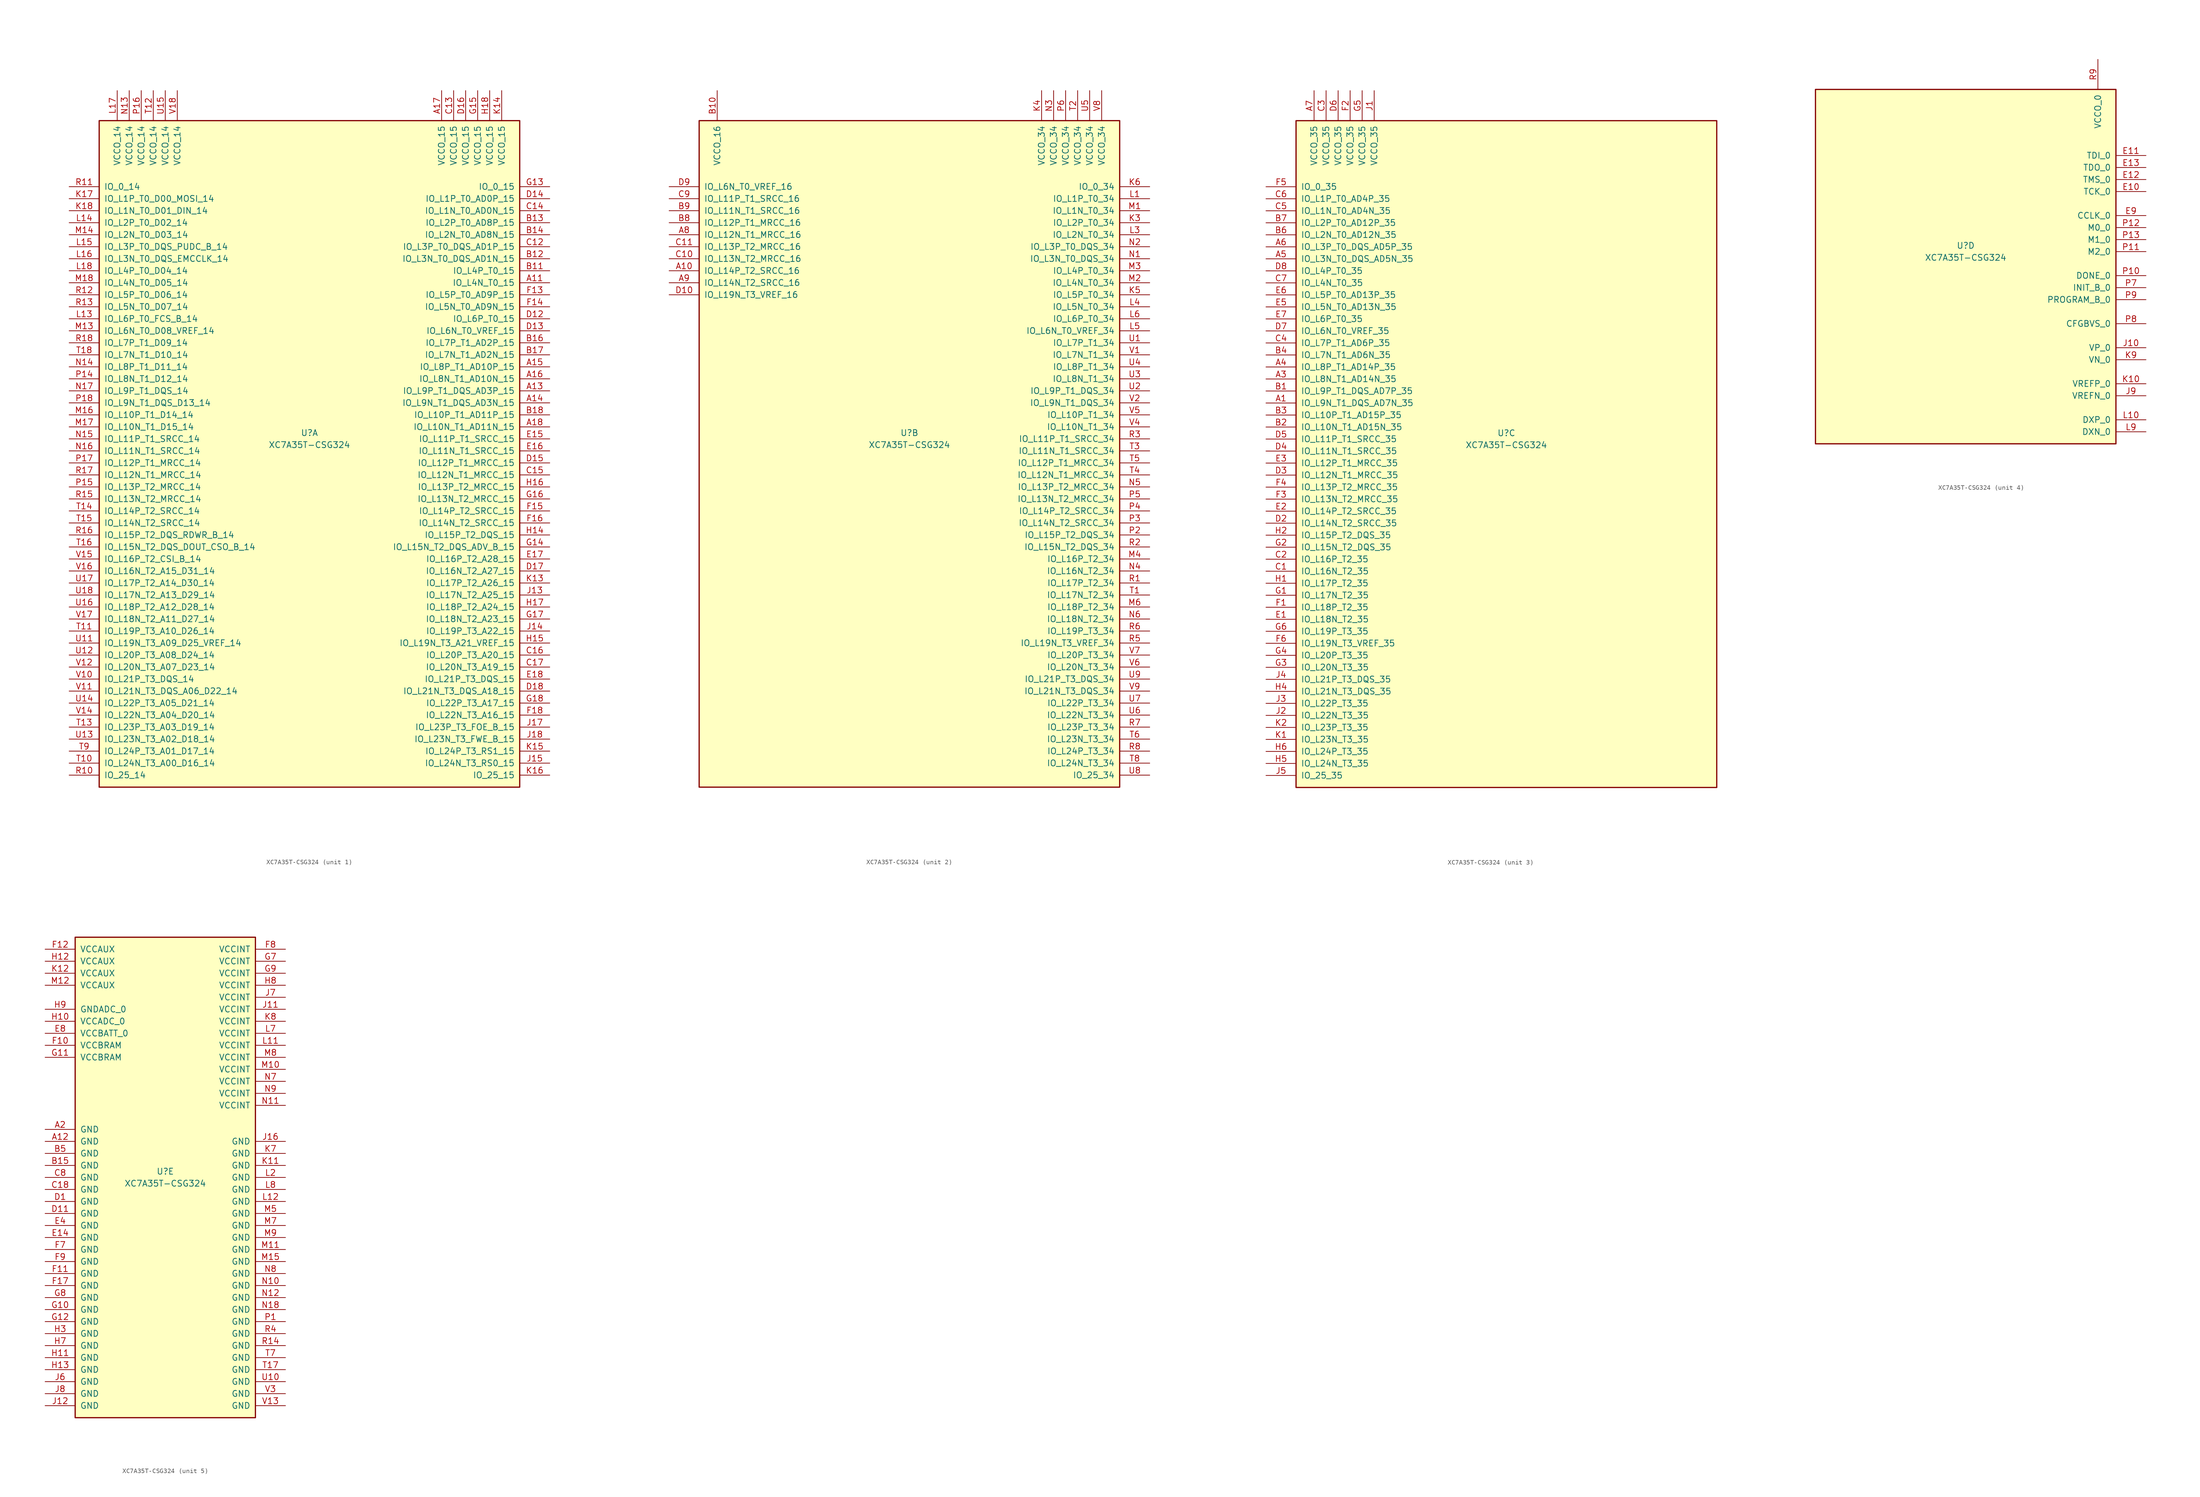
<source format=kicad_sym>
(kicad_symbol_lib
  (version 20201005)
  (generator kicad_symbol_editor)
  (symbol "FPGA_Xilinx_Artix7:XC7A35T-CSG324"
    (pin_names
      (offset 1.016))
    (property "Reference" "U"
      (at 0 1.27 0)
      (effects (font (size 1.27 1.27))))
    (property "Value" "XC7A35T-CSG324"
      (at 0 -1.27 0)
      (effects (font (size 1.27 1.27))))
    (property "Datasheet" ""
      (at 0 0 0)
      (effects (font (size 1.27 1.27))))
    (property "ki_locked" ""
      (at 0 0 0)
      (effects (font (size 1.27 1.27))))
    (symbol "XC7A35T-CSG324_1_1"
      (rectangle (start -44.45 67.31) (end 44.45 -73.66) (stroke (width 0.254)) (fill (type background)))
      (pin power_in line (at -40.64 73.66 270) (length 6.35) (name "VCCO_14" (effects (font (size 1.27 1.27)))) (number "L17" (effects (font (size 1.27 1.27)))))
      (pin power_in line (at -38.1 73.66 270) (length 6.35) (name "VCCO_14" (effects (font (size 1.27 1.27)))) (number "N13" (effects (font (size 1.27 1.27)))))
      (pin power_in line (at -35.56 73.66 270) (length 6.35) (name "VCCO_14" (effects (font (size 1.27 1.27)))) (number "P16" (effects (font (size 1.27 1.27)))))
      (pin power_in line (at -33.02 73.66 270) (length 6.35) (name "VCCO_14" (effects (font (size 1.27 1.27)))) (number "T12" (effects (font (size 1.27 1.27)))))
      (pin power_in line (at -30.48 73.66 270) (length 6.35) (name "VCCO_14" (effects (font (size 1.27 1.27)))) (number "U15" (effects (font (size 1.27 1.27)))))
      (pin power_in line (at -27.94 73.66 270) (length 6.35) (name "VCCO_14" (effects (font (size 1.27 1.27)))) (number "V18" (effects (font (size 1.27 1.27)))))
      (pin bidirectional line (at -50.8 53.34 0) (length 6.35) (name "IO_0_14" (effects (font (size 1.27 1.27)))) (number "R11" (effects (font (size 1.27 1.27)))))
      (pin bidirectional line (at -50.8 50.8 0) (length 6.35) (name "IO_L1P_T0_D00_MOSI_14" (effects (font (size 1.27 1.27)))) (number "K17" (effects (font (size 1.27 1.27)))))
      (pin bidirectional line (at -50.8 48.26 0) (length 6.35) (name "IO_L1N_T0_D01_DIN_14" (effects (font (size 1.27 1.27)))) (number "K18" (effects (font (size 1.27 1.27)))))
      (pin bidirectional line (at -50.8 45.72 0) (length 6.35) (name "IO_L2P_T0_D02_14" (effects (font (size 1.27 1.27)))) (number "L14" (effects (font (size 1.27 1.27)))))
      (pin bidirectional line (at -50.8 43.18 0) (length 6.35) (name "IO_L2N_T0_D03_14" (effects (font (size 1.27 1.27)))) (number "M14" (effects (font (size 1.27 1.27)))))
      (pin bidirectional line (at -50.8 40.64 0) (length 6.35) (name "IO_L3P_T0_DQS_PUDC_B_14" (effects (font (size 1.27 1.27)))) (number "L15" (effects (font (size 1.27 1.27)))))
      (pin bidirectional line (at -50.8 38.1 0) (length 6.35) (name "IO_L3N_T0_DQS_EMCCLK_14" (effects (font (size 1.27 1.27)))) (number "L16" (effects (font (size 1.27 1.27)))))
      (pin bidirectional line (at -50.8 35.56 0) (length 6.35) (name "IO_L4P_T0_D04_14" (effects (font (size 1.27 1.27)))) (number "L18" (effects (font (size 1.27 1.27)))))
      (pin bidirectional line (at -50.8 33.02 0) (length 6.35) (name "IO_L4N_T0_D05_14" (effects (font (size 1.27 1.27)))) (number "M18" (effects (font (size 1.27 1.27)))))
      (pin bidirectional line (at -50.8 30.48 0) (length 6.35) (name "IO_L5P_T0_D06_14" (effects (font (size 1.27 1.27)))) (number "R12" (effects (font (size 1.27 1.27)))))
      (pin bidirectional line (at -50.8 27.94 0) (length 6.35) (name "IO_L5N_T0_D07_14" (effects (font (size 1.27 1.27)))) (number "R13" (effects (font (size 1.27 1.27)))))
      (pin bidirectional line (at -50.8 25.4 0) (length 6.35) (name "IO_L6P_T0_FCS_B_14" (effects (font (size 1.27 1.27)))) (number "L13" (effects (font (size 1.27 1.27)))))
      (pin bidirectional line (at -50.8 22.86 0) (length 6.35) (name "IO_L6N_T0_D08_VREF_14" (effects (font (size 1.27 1.27)))) (number "M13" (effects (font (size 1.27 1.27)))))
      (pin bidirectional line (at -50.8 20.32 0) (length 6.35) (name "IO_L7P_T1_D09_14" (effects (font (size 1.27 1.27)))) (number "R18" (effects (font (size 1.27 1.27)))))
      (pin bidirectional line (at -50.8 17.78 0) (length 6.35) (name "IO_L7N_T1_D10_14" (effects (font (size 1.27 1.27)))) (number "T18" (effects (font (size 1.27 1.27)))))
      (pin bidirectional line (at -50.8 15.24 0) (length 6.35) (name "IO_L8P_T1_D11_14" (effects (font (size 1.27 1.27)))) (number "N14" (effects (font (size 1.27 1.27)))))
      (pin bidirectional line (at -50.8 12.7 0) (length 6.35) (name "IO_L8N_T1_D12_14" (effects (font (size 1.27 1.27)))) (number "P14" (effects (font (size 1.27 1.27)))))
      (pin bidirectional line (at -50.8 10.16 0) (length 6.35) (name "IO_L9P_T1_DQS_14" (effects (font (size 1.27 1.27)))) (number "N17" (effects (font (size 1.27 1.27)))))
      (pin bidirectional line (at -50.8 7.62 0) (length 6.35) (name "IO_L9N_T1_DQS_D13_14" (effects (font (size 1.27 1.27)))) (number "P18" (effects (font (size 1.27 1.27)))))
      (pin bidirectional line (at -50.8 5.08 0) (length 6.35) (name "IO_L10P_T1_D14_14" (effects (font (size 1.27 1.27)))) (number "M16" (effects (font (size 1.27 1.27)))))
      (pin bidirectional line (at -50.8 2.54 0) (length 6.35) (name "IO_L10N_T1_D15_14" (effects (font (size 1.27 1.27)))) (number "M17" (effects (font (size 1.27 1.27)))))
      (pin bidirectional line (at -50.8 0 0) (length 6.35) (name "IO_L11P_T1_SRCC_14" (effects (font (size 1.27 1.27)))) (number "N15" (effects (font (size 1.27 1.27)))))
      (pin bidirectional line (at -50.8 -2.54 0) (length 6.35) (name "IO_L11N_T1_SRCC_14" (effects (font (size 1.27 1.27)))) (number "N16" (effects (font (size 1.27 1.27)))))
      (pin bidirectional line (at -50.8 -5.08 0) (length 6.35) (name "IO_L12P_T1_MRCC_14" (effects (font (size 1.27 1.27)))) (number "P17" (effects (font (size 1.27 1.27)))))
      (pin bidirectional line (at -50.8 -7.62 0) (length 6.35) (name "IO_L12N_T1_MRCC_14" (effects (font (size 1.27 1.27)))) (number "R17" (effects (font (size 1.27 1.27)))))
      (pin bidirectional line (at -50.8 -10.16 0) (length 6.35) (name "IO_L13P_T2_MRCC_14" (effects (font (size 1.27 1.27)))) (number "P15" (effects (font (size 1.27 1.27)))))
      (pin bidirectional line (at -50.8 -12.7 0) (length 6.35) (name "IO_L13N_T2_MRCC_14" (effects (font (size 1.27 1.27)))) (number "R15" (effects (font (size 1.27 1.27)))))
      (pin bidirectional line (at -50.8 -15.24 0) (length 6.35) (name "IO_L14P_T2_SRCC_14" (effects (font (size 1.27 1.27)))) (number "T14" (effects (font (size 1.27 1.27)))))
      (pin bidirectional line (at -50.8 -17.78 0) (length 6.35) (name "IO_L14N_T2_SRCC_14" (effects (font (size 1.27 1.27)))) (number "T15" (effects (font (size 1.27 1.27)))))
      (pin bidirectional line (at -50.8 -20.32 0) (length 6.35) (name "IO_L15P_T2_DQS_RDWR_B_14" (effects (font (size 1.27 1.27)))) (number "R16" (effects (font (size 1.27 1.27)))))
      (pin bidirectional line (at -50.8 -22.86 0) (length 6.35) (name "IO_L15N_T2_DQS_DOUT_CSO_B_14" (effects (font (size 1.27 1.27)))) (number "T16" (effects (font (size 1.27 1.27)))))
      (pin bidirectional line (at -50.8 -25.4 0) (length 6.35) (name "IO_L16P_T2_CSI_B_14" (effects (font (size 1.27 1.27)))) (number "V15" (effects (font (size 1.27 1.27)))))
      (pin bidirectional line (at -50.8 -27.94 0) (length 6.35) (name "IO_L16N_T2_A15_D31_14" (effects (font (size 1.27 1.27)))) (number "V16" (effects (font (size 1.27 1.27)))))
      (pin bidirectional line (at -50.8 -30.48 0) (length 6.35) (name "IO_L17P_T2_A14_D30_14" (effects (font (size 1.27 1.27)))) (number "U17" (effects (font (size 1.27 1.27)))))
      (pin bidirectional line (at -50.8 -33.02 0) (length 6.35) (name "IO_L17N_T2_A13_D29_14" (effects (font (size 1.27 1.27)))) (number "U18" (effects (font (size 1.27 1.27)))))
      (pin bidirectional line (at -50.8 -35.56 0) (length 6.35) (name "IO_L18P_T2_A12_D28_14" (effects (font (size 1.27 1.27)))) (number "U16" (effects (font (size 1.27 1.27)))))
      (pin bidirectional line (at -50.8 -38.1 0) (length 6.35) (name "IO_L18N_T2_A11_D27_14" (effects (font (size 1.27 1.27)))) (number "V17" (effects (font (size 1.27 1.27)))))
      (pin bidirectional line (at -50.8 -40.64 0) (length 6.35) (name "IO_L19P_T3_A10_D26_14" (effects (font (size 1.27 1.27)))) (number "T11" (effects (font (size 1.27 1.27)))))
      (pin bidirectional line (at -50.8 -43.18 0) (length 6.35) (name "IO_L19N_T3_A09_D25_VREF_14" (effects (font (size 1.27 1.27)))) (number "U11" (effects (font (size 1.27 1.27)))))
      (pin bidirectional line (at -50.8 -45.72 0) (length 6.35) (name "IO_L20P_T3_A08_D24_14" (effects (font (size 1.27 1.27)))) (number "U12" (effects (font (size 1.27 1.27)))))
      (pin bidirectional line (at -50.8 -48.26 0) (length 6.35) (name "IO_L20N_T3_A07_D23_14" (effects (font (size 1.27 1.27)))) (number "V12" (effects (font (size 1.27 1.27)))))
      (pin bidirectional line (at -50.8 -50.8 0) (length 6.35) (name "IO_L21P_T3_DQS_14" (effects (font (size 1.27 1.27)))) (number "V10" (effects (font (size 1.27 1.27)))))
      (pin bidirectional line (at -50.8 -53.34 0) (length 6.35) (name "IO_L21N_T3_DQS_A06_D22_14" (effects (font (size 1.27 1.27)))) (number "V11" (effects (font (size 1.27 1.27)))))
      (pin bidirectional line (at -50.8 -55.88 0) (length 6.35) (name "IO_L22P_T3_A05_D21_14" (effects (font (size 1.27 1.27)))) (number "U14" (effects (font (size 1.27 1.27)))))
      (pin bidirectional line (at -50.8 -58.42 0) (length 6.35) (name "IO_L22N_T3_A04_D20_14" (effects (font (size 1.27 1.27)))) (number "V14" (effects (font (size 1.27 1.27)))))
      (pin bidirectional line (at -50.8 -60.96 0) (length 6.35) (name "IO_L23P_T3_A03_D19_14" (effects (font (size 1.27 1.27)))) (number "T13" (effects (font (size 1.27 1.27)))))
      (pin bidirectional line (at -50.8 -63.5 0) (length 6.35) (name "IO_L23N_T3_A02_D18_14" (effects (font (size 1.27 1.27)))) (number "U13" (effects (font (size 1.27 1.27)))))
      (pin bidirectional line (at -50.8 -66.04 0) (length 6.35) (name "IO_L24P_T3_A01_D17_14" (effects (font (size 1.27 1.27)))) (number "T9" (effects (font (size 1.27 1.27)))))
      (pin bidirectional line (at -50.8 -68.58 0) (length 6.35) (name "IO_L24N_T3_A00_D16_14" (effects (font (size 1.27 1.27)))) (number "T10" (effects (font (size 1.27 1.27)))))
      (pin bidirectional line (at -50.8 -71.12 0) (length 6.35) (name "IO_25_14" (effects (font (size 1.27 1.27)))) (number "R10" (effects (font (size 1.27 1.27)))))
      (pin power_in line (at 27.94 73.66 270) (length 6.35) (name "VCCO_15" (effects (font (size 1.27 1.27)))) (number "A17" (effects (font (size 1.27 1.27)))))
      (pin power_in line (at 30.48 73.66 270) (length 6.35) (name "VCCO_15" (effects (font (size 1.27 1.27)))) (number "C13" (effects (font (size 1.27 1.27)))))
      (pin power_in line (at 33.02 73.66 270) (length 6.35) (name "VCCO_15" (effects (font (size 1.27 1.27)))) (number "D16" (effects (font (size 1.27 1.27)))))
      (pin power_in line (at 35.56 73.66 270) (length 6.35) (name "VCCO_15" (effects (font (size 1.27 1.27)))) (number "G15" (effects (font (size 1.27 1.27)))))
      (pin power_in line (at 38.1 73.66 270) (length 6.35) (name "VCCO_15" (effects (font (size 1.27 1.27)))) (number "H18" (effects (font (size 1.27 1.27)))))
      (pin power_in line (at 40.64 73.66 270) (length 6.35) (name "VCCO_15" (effects (font (size 1.27 1.27)))) (number "K14" (effects (font (size 1.27 1.27)))))
      (pin bidirectional line (at 50.8 53.34 180) (length 6.35) (name "IO_0_15" (effects (font (size 1.27 1.27)))) (number "G13" (effects (font (size 1.27 1.27)))))
      (pin bidirectional line (at 50.8 50.8 180) (length 6.35) (name "IO_L1P_T0_AD0P_15" (effects (font (size 1.27 1.27)))) (number "D14" (effects (font (size 1.27 1.27)))))
      (pin bidirectional line (at 50.8 48.26 180) (length 6.35) (name "IO_L1N_T0_AD0N_15" (effects (font (size 1.27 1.27)))) (number "C14" (effects (font (size 1.27 1.27)))))
      (pin bidirectional line (at 50.8 45.72 180) (length 6.35) (name "IO_L2P_T0_AD8P_15" (effects (font (size 1.27 1.27)))) (number "B13" (effects (font (size 1.27 1.27)))))
      (pin bidirectional line (at 50.8 43.18 180) (length 6.35) (name "IO_L2N_T0_AD8N_15" (effects (font (size 1.27 1.27)))) (number "B14" (effects (font (size 1.27 1.27)))))
      (pin bidirectional line (at 50.8 40.64 180) (length 6.35) (name "IO_L3P_T0_DQS_AD1P_15" (effects (font (size 1.27 1.27)))) (number "C12" (effects (font (size 1.27 1.27)))))
      (pin bidirectional line (at 50.8 38.1 180) (length 6.35) (name "IO_L3N_T0_DQS_AD1N_15" (effects (font (size 1.27 1.27)))) (number "B12" (effects (font (size 1.27 1.27)))))
      (pin bidirectional line (at 50.8 35.56 180) (length 6.35) (name "IO_L4P_T0_15" (effects (font (size 1.27 1.27)))) (number "B11" (effects (font (size 1.27 1.27)))))
      (pin bidirectional line (at 50.8 33.02 180) (length 6.35) (name "IO_L4N_T0_15" (effects (font (size 1.27 1.27)))) (number "A11" (effects (font (size 1.27 1.27)))))
      (pin bidirectional line (at 50.8 30.48 180) (length 6.35) (name "IO_L5P_T0_AD9P_15" (effects (font (size 1.27 1.27)))) (number "F13" (effects (font (size 1.27 1.27)))))
      (pin bidirectional line (at 50.8 27.94 180) (length 6.35) (name "IO_L5N_T0_AD9N_15" (effects (font (size 1.27 1.27)))) (number "F14" (effects (font (size 1.27 1.27)))))
      (pin bidirectional line (at 50.8 25.4 180) (length 6.35) (name "IO_L6P_T0_15" (effects (font (size 1.27 1.27)))) (number "D12" (effects (font (size 1.27 1.27)))))
      (pin bidirectional line (at 50.8 22.86 180) (length 6.35) (name "IO_L6N_T0_VREF_15" (effects (font (size 1.27 1.27)))) (number "D13" (effects (font (size 1.27 1.27)))))
      (pin bidirectional line (at 50.8 20.32 180) (length 6.35) (name "IO_L7P_T1_AD2P_15" (effects (font (size 1.27 1.27)))) (number "B16" (effects (font (size 1.27 1.27)))))
      (pin bidirectional line (at 50.8 17.78 180) (length 6.35) (name "IO_L7N_T1_AD2N_15" (effects (font (size 1.27 1.27)))) (number "B17" (effects (font (size 1.27 1.27)))))
      (pin bidirectional line (at 50.8 15.24 180) (length 6.35) (name "IO_L8P_T1_AD10P_15" (effects (font (size 1.27 1.27)))) (number "A15" (effects (font (size 1.27 1.27)))))
      (pin bidirectional line (at 50.8 12.7 180) (length 6.35) (name "IO_L8N_T1_AD10N_15" (effects (font (size 1.27 1.27)))) (number "A16" (effects (font (size 1.27 1.27)))))
      (pin bidirectional line (at 50.8 10.16 180) (length 6.35) (name "IO_L9P_T1_DQS_AD3P_15" (effects (font (size 1.27 1.27)))) (number "A13" (effects (font (size 1.27 1.27)))))
      (pin bidirectional line (at 50.8 7.62 180) (length 6.35) (name "IO_L9N_T1_DQS_AD3N_15" (effects (font (size 1.27 1.27)))) (number "A14" (effects (font (size 1.27 1.27)))))
      (pin bidirectional line (at 50.8 5.08 180) (length 6.35) (name "IO_L10P_T1_AD11P_15" (effects (font (size 1.27 1.27)))) (number "B18" (effects (font (size 1.27 1.27)))))
      (pin bidirectional line (at 50.8 2.54 180) (length 6.35) (name "IO_L10N_T1_AD11N_15" (effects (font (size 1.27 1.27)))) (number "A18" (effects (font (size 1.27 1.27)))))
      (pin bidirectional line (at 50.8 0 180) (length 6.35) (name "IO_L11P_T1_SRCC_15" (effects (font (size 1.27 1.27)))) (number "E15" (effects (font (size 1.27 1.27)))))
      (pin bidirectional line (at 50.8 -2.54 180) (length 6.35) (name "IO_L11N_T1_SRCC_15" (effects (font (size 1.27 1.27)))) (number "E16" (effects (font (size 1.27 1.27)))))
      (pin bidirectional line (at 50.8 -5.08 180) (length 6.35) (name "IO_L12P_T1_MRCC_15" (effects (font (size 1.27 1.27)))) (number "D15" (effects (font (size 1.27 1.27)))))
      (pin bidirectional line (at 50.8 -7.62 180) (length 6.35) (name "IO_L12N_T1_MRCC_15" (effects (font (size 1.27 1.27)))) (number "C15" (effects (font (size 1.27 1.27)))))
      (pin bidirectional line (at 50.8 -10.16 180) (length 6.35) (name "IO_L13P_T2_MRCC_15" (effects (font (size 1.27 1.27)))) (number "H16" (effects (font (size 1.27 1.27)))))
      (pin bidirectional line (at 50.8 -12.7 180) (length 6.35) (name "IO_L13N_T2_MRCC_15" (effects (font (size 1.27 1.27)))) (number "G16" (effects (font (size 1.27 1.27)))))
      (pin bidirectional line (at 50.8 -15.24 180) (length 6.35) (name "IO_L14P_T2_SRCC_15" (effects (font (size 1.27 1.27)))) (number "F15" (effects (font (size 1.27 1.27)))))
      (pin bidirectional line (at 50.8 -17.78 180) (length 6.35) (name "IO_L14N_T2_SRCC_15" (effects (font (size 1.27 1.27)))) (number "F16" (effects (font (size 1.27 1.27)))))
      (pin bidirectional line (at 50.8 -20.32 180) (length 6.35) (name "IO_L15P_T2_DQS_15" (effects (font (size 1.27 1.27)))) (number "H14" (effects (font (size 1.27 1.27)))))
      (pin bidirectional line (at 50.8 -22.86 180) (length 6.35) (name "IO_L15N_T2_DQS_ADV_B_15" (effects (font (size 1.27 1.27)))) (number "G14" (effects (font (size 1.27 1.27)))))
      (pin bidirectional line (at 50.8 -25.4 180) (length 6.35) (name "IO_L16P_T2_A28_15" (effects (font (size 1.27 1.27)))) (number "E17" (effects (font (size 1.27 1.27)))))
      (pin bidirectional line (at 50.8 -27.94 180) (length 6.35) (name "IO_L16N_T2_A27_15" (effects (font (size 1.27 1.27)))) (number "D17" (effects (font (size 1.27 1.27)))))
      (pin bidirectional line (at 50.8 -30.48 180) (length 6.35) (name "IO_L17P_T2_A26_15" (effects (font (size 1.27 1.27)))) (number "K13" (effects (font (size 1.27 1.27)))))
      (pin bidirectional line (at 50.8 -33.02 180) (length 6.35) (name "IO_L17N_T2_A25_15" (effects (font (size 1.27 1.27)))) (number "J13" (effects (font (size 1.27 1.27)))))
      (pin bidirectional line (at 50.8 -35.56 180) (length 6.35) (name "IO_L18P_T2_A24_15" (effects (font (size 1.27 1.27)))) (number "H17" (effects (font (size 1.27 1.27)))))
      (pin bidirectional line (at 50.8 -38.1 180) (length 6.35) (name "IO_L18N_T2_A23_15" (effects (font (size 1.27 1.27)))) (number "G17" (effects (font (size 1.27 1.27)))))
      (pin bidirectional line (at 50.8 -40.64 180) (length 6.35) (name "IO_L19P_T3_A22_15" (effects (font (size 1.27 1.27)))) (number "J14" (effects (font (size 1.27 1.27)))))
      (pin bidirectional line (at 50.8 -43.18 180) (length 6.35) (name "IO_L19N_T3_A21_VREF_15" (effects (font (size 1.27 1.27)))) (number "H15" (effects (font (size 1.27 1.27)))))
      (pin bidirectional line (at 50.8 -45.72 180) (length 6.35) (name "IO_L20P_T3_A20_15" (effects (font (size 1.27 1.27)))) (number "C16" (effects (font (size 1.27 1.27)))))
      (pin bidirectional line (at 50.8 -48.26 180) (length 6.35) (name "IO_L20N_T3_A19_15" (effects (font (size 1.27 1.27)))) (number "C17" (effects (font (size 1.27 1.27)))))
      (pin bidirectional line (at 50.8 -50.8 180) (length 6.35) (name "IO_L21P_T3_DQS_15" (effects (font (size 1.27 1.27)))) (number "E18" (effects (font (size 1.27 1.27)))))
      (pin bidirectional line (at 50.8 -53.34 180) (length 6.35) (name "IO_L21N_T3_DQS_A18_15" (effects (font (size 1.27 1.27)))) (number "D18" (effects (font (size 1.27 1.27)))))
      (pin bidirectional line (at 50.8 -55.88 180) (length 6.35) (name "IO_L22P_T3_A17_15" (effects (font (size 1.27 1.27)))) (number "G18" (effects (font (size 1.27 1.27)))))
      (pin bidirectional line (at 50.8 -58.42 180) (length 6.35) (name "IO_L22N_T3_A16_15" (effects (font (size 1.27 1.27)))) (number "F18" (effects (font (size 1.27 1.27)))))
      (pin bidirectional line (at 50.8 -60.96 180) (length 6.35) (name "IO_L23P_T3_FOE_B_15" (effects (font (size 1.27 1.27)))) (number "J17" (effects (font (size 1.27 1.27)))))
      (pin bidirectional line (at 50.8 -63.5 180) (length 6.35) (name "IO_L23N_T3_FWE_B_15" (effects (font (size 1.27 1.27)))) (number "J18" (effects (font (size 1.27 1.27)))))
      (pin bidirectional line (at 50.8 -66.04 180) (length 6.35) (name "IO_L24P_T3_RS1_15" (effects (font (size 1.27 1.27)))) (number "K15" (effects (font (size 1.27 1.27)))))
      (pin bidirectional line (at 50.8 -68.58 180) (length 6.35) (name "IO_L24N_T3_RS0_15" (effects (font (size 1.27 1.27)))) (number "J15" (effects (font (size 1.27 1.27)))))
      (pin bidirectional line (at 50.8 -71.12 180) (length 6.35) (name "IO_25_15" (effects (font (size 1.27 1.27)))) (number "K16" (effects (font (size 1.27 1.27))))))
    (symbol "XC7A35T-CSG324_2_1"
      (rectangle (start -44.45 67.31) (end 44.45 -73.66) (stroke (width 0.254)) (fill (type background)))
      (pin power_in line (at -40.64 73.66 270) (length 6.35) (name "VCCO_16" (effects (font (size 1.27 1.27)))) (number "B10" (effects (font (size 1.27 1.27)))))
      (pin bidirectional line (at -50.8 53.34 0) (length 6.35) (name "IO_L6N_T0_VREF_16" (effects (font (size 1.27 1.27)))) (number "D9" (effects (font (size 1.27 1.27)))))
      (pin bidirectional line (at -50.8 50.8 0) (length 6.35) (name "IO_L11P_T1_SRCC_16" (effects (font (size 1.27 1.27)))) (number "C9" (effects (font (size 1.27 1.27)))))
      (pin bidirectional line (at -50.8 48.26 0) (length 6.35) (name "IO_L11N_T1_SRCC_16" (effects (font (size 1.27 1.27)))) (number "B9" (effects (font (size 1.27 1.27)))))
      (pin bidirectional line (at -50.8 45.72 0) (length 6.35) (name "IO_L12P_T1_MRCC_16" (effects (font (size 1.27 1.27)))) (number "B8" (effects (font (size 1.27 1.27)))))
      (pin bidirectional line (at -50.8 43.18 0) (length 6.35) (name "IO_L12N_T1_MRCC_16" (effects (font (size 1.27 1.27)))) (number "A8" (effects (font (size 1.27 1.27)))))
      (pin bidirectional line (at -50.8 40.64 0) (length 6.35) (name "IO_L13P_T2_MRCC_16" (effects (font (size 1.27 1.27)))) (number "C11" (effects (font (size 1.27 1.27)))))
      (pin bidirectional line (at -50.8 38.1 0) (length 6.35) (name "IO_L13N_T2_MRCC_16" (effects (font (size 1.27 1.27)))) (number "C10" (effects (font (size 1.27 1.27)))))
      (pin bidirectional line (at -50.8 35.56 0) (length 6.35) (name "IO_L14P_T2_SRCC_16" (effects (font (size 1.27 1.27)))) (number "A10" (effects (font (size 1.27 1.27)))))
      (pin bidirectional line (at -50.8 33.02 0) (length 6.35) (name "IO_L14N_T2_SRCC_16" (effects (font (size 1.27 1.27)))) (number "A9" (effects (font (size 1.27 1.27)))))
      (pin bidirectional line (at -50.8 30.48 0) (length 6.35) (name "IO_L19N_T3_VREF_16" (effects (font (size 1.27 1.27)))) (number "D10" (effects (font (size 1.27 1.27)))))
      (pin power_in line (at 27.94 73.66 270) (length 6.35) (name "VCCO_34" (effects (font (size 1.27 1.27)))) (number "K4" (effects (font (size 1.27 1.27)))))
      (pin power_in line (at 30.48 73.66 270) (length 6.35) (name "VCCO_34" (effects (font (size 1.27 1.27)))) (number "N3" (effects (font (size 1.27 1.27)))))
      (pin power_in line (at 33.02 73.66 270) (length 6.35) (name "VCCO_34" (effects (font (size 1.27 1.27)))) (number "P6" (effects (font (size 1.27 1.27)))))
      (pin power_in line (at 35.56 73.66 270) (length 6.35) (name "VCCO_34" (effects (font (size 1.27 1.27)))) (number "T2" (effects (font (size 1.27 1.27)))))
      (pin power_in line (at 38.1 73.66 270) (length 6.35) (name "VCCO_34" (effects (font (size 1.27 1.27)))) (number "U5" (effects (font (size 1.27 1.27)))))
      (pin power_in line (at 40.64 73.66 270) (length 6.35) (name "VCCO_34" (effects (font (size 1.27 1.27)))) (number "V8" (effects (font (size 1.27 1.27)))))
      (pin bidirectional line (at 50.8 53.34 180) (length 6.35) (name "IO_0_34" (effects (font (size 1.27 1.27)))) (number "K6" (effects (font (size 1.27 1.27)))))
      (pin bidirectional line (at 50.8 50.8 180) (length 6.35) (name "IO_L1P_T0_34" (effects (font (size 1.27 1.27)))) (number "L1" (effects (font (size 1.27 1.27)))))
      (pin bidirectional line (at 50.8 48.26 180) (length 6.35) (name "IO_L1N_T0_34" (effects (font (size 1.27 1.27)))) (number "M1" (effects (font (size 1.27 1.27)))))
      (pin bidirectional line (at 50.8 45.72 180) (length 6.35) (name "IO_L2P_T0_34" (effects (font (size 1.27 1.27)))) (number "K3" (effects (font (size 1.27 1.27)))))
      (pin bidirectional line (at 50.8 43.18 180) (length 6.35) (name "IO_L2N_T0_34" (effects (font (size 1.27 1.27)))) (number "L3" (effects (font (size 1.27 1.27)))))
      (pin bidirectional line (at 50.8 40.64 180) (length 6.35) (name "IO_L3P_T0_DQS_34" (effects (font (size 1.27 1.27)))) (number "N2" (effects (font (size 1.27 1.27)))))
      (pin bidirectional line (at 50.8 38.1 180) (length 6.35) (name "IO_L3N_T0_DQS_34" (effects (font (size 1.27 1.27)))) (number "N1" (effects (font (size 1.27 1.27)))))
      (pin bidirectional line (at 50.8 35.56 180) (length 6.35) (name "IO_L4P_T0_34" (effects (font (size 1.27 1.27)))) (number "M3" (effects (font (size 1.27 1.27)))))
      (pin bidirectional line (at 50.8 33.02 180) (length 6.35) (name "IO_L4N_T0_34" (effects (font (size 1.27 1.27)))) (number "M2" (effects (font (size 1.27 1.27)))))
      (pin bidirectional line (at 50.8 30.48 180) (length 6.35) (name "IO_L5P_T0_34" (effects (font (size 1.27 1.27)))) (number "K5" (effects (font (size 1.27 1.27)))))
      (pin bidirectional line (at 50.8 27.94 180) (length 6.35) (name "IO_L5N_T0_34" (effects (font (size 1.27 1.27)))) (number "L4" (effects (font (size 1.27 1.27)))))
      (pin bidirectional line (at 50.8 25.4 180) (length 6.35) (name "IO_L6P_T0_34" (effects (font (size 1.27 1.27)))) (number "L6" (effects (font (size 1.27 1.27)))))
      (pin bidirectional line (at 50.8 22.86 180) (length 6.35) (name "IO_L6N_T0_VREF_34" (effects (font (size 1.27 1.27)))) (number "L5" (effects (font (size 1.27 1.27)))))
      (pin bidirectional line (at 50.8 20.32 180) (length 6.35) (name "IO_L7P_T1_34" (effects (font (size 1.27 1.27)))) (number "U1" (effects (font (size 1.27 1.27)))))
      (pin bidirectional line (at 50.8 17.78 180) (length 6.35) (name "IO_L7N_T1_34" (effects (font (size 1.27 1.27)))) (number "V1" (effects (font (size 1.27 1.27)))))
      (pin bidirectional line (at 50.8 15.24 180) (length 6.35) (name "IO_L8P_T1_34" (effects (font (size 1.27 1.27)))) (number "U4" (effects (font (size 1.27 1.27)))))
      (pin bidirectional line (at 50.8 12.7 180) (length 6.35) (name "IO_L8N_T1_34" (effects (font (size 1.27 1.27)))) (number "U3" (effects (font (size 1.27 1.27)))))
      (pin bidirectional line (at 50.8 10.16 180) (length 6.35) (name "IO_L9P_T1_DQS_34" (effects (font (size 1.27 1.27)))) (number "U2" (effects (font (size 1.27 1.27)))))
      (pin bidirectional line (at 50.8 7.62 180) (length 6.35) (name "IO_L9N_T1_DQS_34" (effects (font (size 1.27 1.27)))) (number "V2" (effects (font (size 1.27 1.27)))))
      (pin bidirectional line (at 50.8 5.08 180) (length 6.35) (name "IO_L10P_T1_34" (effects (font (size 1.27 1.27)))) (number "V5" (effects (font (size 1.27 1.27)))))
      (pin bidirectional line (at 50.8 2.54 180) (length 6.35) (name "IO_L10N_T1_34" (effects (font (size 1.27 1.27)))) (number "V4" (effects (font (size 1.27 1.27)))))
      (pin bidirectional line (at 50.8 0 180) (length 6.35) (name "IO_L11P_T1_SRCC_34" (effects (font (size 1.27 1.27)))) (number "R3" (effects (font (size 1.27 1.27)))))
      (pin bidirectional line (at 50.8 -2.54 180) (length 6.35) (name "IO_L11N_T1_SRCC_34" (effects (font (size 1.27 1.27)))) (number "T3" (effects (font (size 1.27 1.27)))))
      (pin bidirectional line (at 50.8 -5.08 180) (length 6.35) (name "IO_L12P_T1_MRCC_34" (effects (font (size 1.27 1.27)))) (number "T5" (effects (font (size 1.27 1.27)))))
      (pin bidirectional line (at 50.8 -7.62 180) (length 6.35) (name "IO_L12N_T1_MRCC_34" (effects (font (size 1.27 1.27)))) (number "T4" (effects (font (size 1.27 1.27)))))
      (pin bidirectional line (at 50.8 -10.16 180) (length 6.35) (name "IO_L13P_T2_MRCC_34" (effects (font (size 1.27 1.27)))) (number "N5" (effects (font (size 1.27 1.27)))))
      (pin bidirectional line (at 50.8 -12.7 180) (length 6.35) (name "IO_L13N_T2_MRCC_34" (effects (font (size 1.27 1.27)))) (number "P5" (effects (font (size 1.27 1.27)))))
      (pin bidirectional line (at 50.8 -15.24 180) (length 6.35) (name "IO_L14P_T2_SRCC_34" (effects (font (size 1.27 1.27)))) (number "P4" (effects (font (size 1.27 1.27)))))
      (pin bidirectional line (at 50.8 -17.78 180) (length 6.35) (name "IO_L14N_T2_SRCC_34" (effects (font (size 1.27 1.27)))) (number "P3" (effects (font (size 1.27 1.27)))))
      (pin bidirectional line (at 50.8 -20.32 180) (length 6.35) (name "IO_L15P_T2_DQS_34" (effects (font (size 1.27 1.27)))) (number "P2" (effects (font (size 1.27 1.27)))))
      (pin bidirectional line (at 50.8 -22.86 180) (length 6.35) (name "IO_L15N_T2_DQS_34" (effects (font (size 1.27 1.27)))) (number "R2" (effects (font (size 1.27 1.27)))))
      (pin bidirectional line (at 50.8 -25.4 180) (length 6.35) (name "IO_L16P_T2_34" (effects (font (size 1.27 1.27)))) (number "M4" (effects (font (size 1.27 1.27)))))
      (pin bidirectional line (at 50.8 -27.94 180) (length 6.35) (name "IO_L16N_T2_34" (effects (font (size 1.27 1.27)))) (number "N4" (effects (font (size 1.27 1.27)))))
      (pin bidirectional line (at 50.8 -30.48 180) (length 6.35) (name "IO_L17P_T2_34" (effects (font (size 1.27 1.27)))) (number "R1" (effects (font (size 1.27 1.27)))))
      (pin bidirectional line (at 50.8 -33.02 180) (length 6.35) (name "IO_L17N_T2_34" (effects (font (size 1.27 1.27)))) (number "T1" (effects (font (size 1.27 1.27)))))
      (pin bidirectional line (at 50.8 -35.56 180) (length 6.35) (name "IO_L18P_T2_34" (effects (font (size 1.27 1.27)))) (number "M6" (effects (font (size 1.27 1.27)))))
      (pin bidirectional line (at 50.8 -38.1 180) (length 6.35) (name "IO_L18N_T2_34" (effects (font (size 1.27 1.27)))) (number "N6" (effects (font (size 1.27 1.27)))))
      (pin bidirectional line (at 50.8 -40.64 180) (length 6.35) (name "IO_L19P_T3_34" (effects (font (size 1.27 1.27)))) (number "R6" (effects (font (size 1.27 1.27)))))
      (pin bidirectional line (at 50.8 -43.18 180) (length 6.35) (name "IO_L19N_T3_VREF_34" (effects (font (size 1.27 1.27)))) (number "R5" (effects (font (size 1.27 1.27)))))
      (pin bidirectional line (at 50.8 -45.72 180) (length 6.35) (name "IO_L20P_T3_34" (effects (font (size 1.27 1.27)))) (number "V7" (effects (font (size 1.27 1.27)))))
      (pin bidirectional line (at 50.8 -48.26 180) (length 6.35) (name "IO_L20N_T3_34" (effects (font (size 1.27 1.27)))) (number "V6" (effects (font (size 1.27 1.27)))))
      (pin bidirectional line (at 50.8 -50.8 180) (length 6.35) (name "IO_L21P_T3_DQS_34" (effects (font (size 1.27 1.27)))) (number "U9" (effects (font (size 1.27 1.27)))))
      (pin bidirectional line (at 50.8 -53.34 180) (length 6.35) (name "IO_L21N_T3_DQS_34" (effects (font (size 1.27 1.27)))) (number "V9" (effects (font (size 1.27 1.27)))))
      (pin bidirectional line (at 50.8 -55.88 180) (length 6.35) (name "IO_L22P_T3_34" (effects (font (size 1.27 1.27)))) (number "U7" (effects (font (size 1.27 1.27)))))
      (pin bidirectional line (at 50.8 -58.42 180) (length 6.35) (name "IO_L22N_T3_34" (effects (font (size 1.27 1.27)))) (number "U6" (effects (font (size 1.27 1.27)))))
      (pin bidirectional line (at 50.8 -60.96 180) (length 6.35) (name "IO_L23P_T3_34" (effects (font (size 1.27 1.27)))) (number "R7" (effects (font (size 1.27 1.27)))))
      (pin bidirectional line (at 50.8 -63.5 180) (length 6.35) (name "IO_L23N_T3_34" (effects (font (size 1.27 1.27)))) (number "T6" (effects (font (size 1.27 1.27)))))
      (pin bidirectional line (at 50.8 -66.04 180) (length 6.35) (name "IO_L24P_T3_34" (effects (font (size 1.27 1.27)))) (number "R8" (effects (font (size 1.27 1.27)))))
      (pin bidirectional line (at 50.8 -68.58 180) (length 6.35) (name "IO_L24N_T3_34" (effects (font (size 1.27 1.27)))) (number "T8" (effects (font (size 1.27 1.27)))))
      (pin bidirectional line (at 50.8 -71.12 180) (length 6.35) (name "IO_25_34" (effects (font (size 1.27 1.27)))) (number "U8" (effects (font (size 1.27 1.27))))))
    (symbol "XC7A35T-CSG324_3_1"
      (rectangle (start -44.45 67.31) (end 44.45 -73.66) (stroke (width 0.254)) (fill (type background)))
      (pin power_in line (at -40.64 73.66 270) (length 6.35) (name "VCCO_35" (effects (font (size 1.27 1.27)))) (number "A7" (effects (font (size 1.27 1.27)))))
      (pin power_in line (at -38.1 73.66 270) (length 6.35) (name "VCCO_35" (effects (font (size 1.27 1.27)))) (number "C3" (effects (font (size 1.27 1.27)))))
      (pin power_in line (at -35.56 73.66 270) (length 6.35) (name "VCCO_35" (effects (font (size 1.27 1.27)))) (number "D6" (effects (font (size 1.27 1.27)))))
      (pin power_in line (at -33.02 73.66 270) (length 6.35) (name "VCCO_35" (effects (font (size 1.27 1.27)))) (number "F2" (effects (font (size 1.27 1.27)))))
      (pin power_in line (at -30.48 73.66 270) (length 6.35) (name "VCCO_35" (effects (font (size 1.27 1.27)))) (number "G5" (effects (font (size 1.27 1.27)))))
      (pin power_in line (at -27.94 73.66 270) (length 6.35) (name "VCCO_35" (effects (font (size 1.27 1.27)))) (number "J1" (effects (font (size 1.27 1.27)))))
      (pin bidirectional line (at -50.8 53.34 0) (length 6.35) (name "IO_0_35" (effects (font (size 1.27 1.27)))) (number "F5" (effects (font (size 1.27 1.27)))))
      (pin bidirectional line (at -50.8 50.8 0) (length 6.35) (name "IO_L1P_T0_AD4P_35" (effects (font (size 1.27 1.27)))) (number "C6" (effects (font (size 1.27 1.27)))))
      (pin bidirectional line (at -50.8 48.26 0) (length 6.35) (name "IO_L1N_T0_AD4N_35" (effects (font (size 1.27 1.27)))) (number "C5" (effects (font (size 1.27 1.27)))))
      (pin bidirectional line (at -50.8 45.72 0) (length 6.35) (name "IO_L2P_T0_AD12P_35" (effects (font (size 1.27 1.27)))) (number "B7" (effects (font (size 1.27 1.27)))))
      (pin bidirectional line (at -50.8 43.18 0) (length 6.35) (name "IO_L2N_T0_AD12N_35" (effects (font (size 1.27 1.27)))) (number "B6" (effects (font (size 1.27 1.27)))))
      (pin bidirectional line (at -50.8 40.64 0) (length 6.35) (name "IO_L3P_T0_DQS_AD5P_35" (effects (font (size 1.27 1.27)))) (number "A6" (effects (font (size 1.27 1.27)))))
      (pin bidirectional line (at -50.8 38.1 0) (length 6.35) (name "IO_L3N_T0_DQS_AD5N_35" (effects (font (size 1.27 1.27)))) (number "A5" (effects (font (size 1.27 1.27)))))
      (pin bidirectional line (at -50.8 35.56 0) (length 6.35) (name "IO_L4P_T0_35" (effects (font (size 1.27 1.27)))) (number "D8" (effects (font (size 1.27 1.27)))))
      (pin bidirectional line (at -50.8 33.02 0) (length 6.35) (name "IO_L4N_T0_35" (effects (font (size 1.27 1.27)))) (number "C7" (effects (font (size 1.27 1.27)))))
      (pin bidirectional line (at -50.8 30.48 0) (length 6.35) (name "IO_L5P_T0_AD13P_35" (effects (font (size 1.27 1.27)))) (number "E6" (effects (font (size 1.27 1.27)))))
      (pin bidirectional line (at -50.8 27.94 0) (length 6.35) (name "IO_L5N_T0_AD13N_35" (effects (font (size 1.27 1.27)))) (number "E5" (effects (font (size 1.27 1.27)))))
      (pin bidirectional line (at -50.8 25.4 0) (length 6.35) (name "IO_L6P_T0_35" (effects (font (size 1.27 1.27)))) (number "E7" (effects (font (size 1.27 1.27)))))
      (pin bidirectional line (at -50.8 22.86 0) (length 6.35) (name "IO_L6N_T0_VREF_35" (effects (font (size 1.27 1.27)))) (number "D7" (effects (font (size 1.27 1.27)))))
      (pin bidirectional line (at -50.8 20.32 0) (length 6.35) (name "IO_L7P_T1_AD6P_35" (effects (font (size 1.27 1.27)))) (number "C4" (effects (font (size 1.27 1.27)))))
      (pin bidirectional line (at -50.8 17.78 0) (length 6.35) (name "IO_L7N_T1_AD6N_35" (effects (font (size 1.27 1.27)))) (number "B4" (effects (font (size 1.27 1.27)))))
      (pin bidirectional line (at -50.8 15.24 0) (length 6.35) (name "IO_L8P_T1_AD14P_35" (effects (font (size 1.27 1.27)))) (number "A4" (effects (font (size 1.27 1.27)))))
      (pin bidirectional line (at -50.8 12.7 0) (length 6.35) (name "IO_L8N_T1_AD14N_35" (effects (font (size 1.27 1.27)))) (number "A3" (effects (font (size 1.27 1.27)))))
      (pin bidirectional line (at -50.8 10.16 0) (length 6.35) (name "IO_L9P_T1_DQS_AD7P_35" (effects (font (size 1.27 1.27)))) (number "B1" (effects (font (size 1.27 1.27)))))
      (pin bidirectional line (at -50.8 7.62 0) (length 6.35) (name "IO_L9N_T1_DQS_AD7N_35" (effects (font (size 1.27 1.27)))) (number "A1" (effects (font (size 1.27 1.27)))))
      (pin bidirectional line (at -50.8 5.08 0) (length 6.35) (name "IO_L10P_T1_AD15P_35" (effects (font (size 1.27 1.27)))) (number "B3" (effects (font (size 1.27 1.27)))))
      (pin bidirectional line (at -50.8 2.54 0) (length 6.35) (name "IO_L10N_T1_AD15N_35" (effects (font (size 1.27 1.27)))) (number "B2" (effects (font (size 1.27 1.27)))))
      (pin bidirectional line (at -50.8 0 0) (length 6.35) (name "IO_L11P_T1_SRCC_35" (effects (font (size 1.27 1.27)))) (number "D5" (effects (font (size 1.27 1.27)))))
      (pin bidirectional line (at -50.8 -2.54 0) (length 6.35) (name "IO_L11N_T1_SRCC_35" (effects (font (size 1.27 1.27)))) (number "D4" (effects (font (size 1.27 1.27)))))
      (pin bidirectional line (at -50.8 -5.08 0) (length 6.35) (name "IO_L12P_T1_MRCC_35" (effects (font (size 1.27 1.27)))) (number "E3" (effects (font (size 1.27 1.27)))))
      (pin bidirectional line (at -50.8 -7.62 0) (length 6.35) (name "IO_L12N_T1_MRCC_35" (effects (font (size 1.27 1.27)))) (number "D3" (effects (font (size 1.27 1.27)))))
      (pin bidirectional line (at -50.8 -10.16 0) (length 6.35) (name "IO_L13P_T2_MRCC_35" (effects (font (size 1.27 1.27)))) (number "F4" (effects (font (size 1.27 1.27)))))
      (pin bidirectional line (at -50.8 -12.7 0) (length 6.35) (name "IO_L13N_T2_MRCC_35" (effects (font (size 1.27 1.27)))) (number "F3" (effects (font (size 1.27 1.27)))))
      (pin bidirectional line (at -50.8 -15.24 0) (length 6.35) (name "IO_L14P_T2_SRCC_35" (effects (font (size 1.27 1.27)))) (number "E2" (effects (font (size 1.27 1.27)))))
      (pin bidirectional line (at -50.8 -17.78 0) (length 6.35) (name "IO_L14N_T2_SRCC_35" (effects (font (size 1.27 1.27)))) (number "D2" (effects (font (size 1.27 1.27)))))
      (pin bidirectional line (at -50.8 -20.32 0) (length 6.35) (name "IO_L15P_T2_DQS_35" (effects (font (size 1.27 1.27)))) (number "H2" (effects (font (size 1.27 1.27)))))
      (pin bidirectional line (at -50.8 -22.86 0) (length 6.35) (name "IO_L15N_T2_DQS_35" (effects (font (size 1.27 1.27)))) (number "G2" (effects (font (size 1.27 1.27)))))
      (pin bidirectional line (at -50.8 -25.4 0) (length 6.35) (name "IO_L16P_T2_35" (effects (font (size 1.27 1.27)))) (number "C2" (effects (font (size 1.27 1.27)))))
      (pin bidirectional line (at -50.8 -27.94 0) (length 6.35) (name "IO_L16N_T2_35" (effects (font (size 1.27 1.27)))) (number "C1" (effects (font (size 1.27 1.27)))))
      (pin bidirectional line (at -50.8 -30.48 0) (length 6.35) (name "IO_L17P_T2_35" (effects (font (size 1.27 1.27)))) (number "H1" (effects (font (size 1.27 1.27)))))
      (pin bidirectional line (at -50.8 -33.02 0) (length 6.35) (name "IO_L17N_T2_35" (effects (font (size 1.27 1.27)))) (number "G1" (effects (font (size 1.27 1.27)))))
      (pin bidirectional line (at -50.8 -35.56 0) (length 6.35) (name "IO_L18P_T2_35" (effects (font (size 1.27 1.27)))) (number "F1" (effects (font (size 1.27 1.27)))))
      (pin bidirectional line (at -50.8 -38.1 0) (length 6.35) (name "IO_L18N_T2_35" (effects (font (size 1.27 1.27)))) (number "E1" (effects (font (size 1.27 1.27)))))
      (pin bidirectional line (at -50.8 -40.64 0) (length 6.35) (name "IO_L19P_T3_35" (effects (font (size 1.27 1.27)))) (number "G6" (effects (font (size 1.27 1.27)))))
      (pin bidirectional line (at -50.8 -43.18 0) (length 6.35) (name "IO_L19N_T3_VREF_35" (effects (font (size 1.27 1.27)))) (number "F6" (effects (font (size 1.27 1.27)))))
      (pin bidirectional line (at -50.8 -45.72 0) (length 6.35) (name "IO_L20P_T3_35" (effects (font (size 1.27 1.27)))) (number "G4" (effects (font (size 1.27 1.27)))))
      (pin bidirectional line (at -50.8 -48.26 0) (length 6.35) (name "IO_L20N_T3_35" (effects (font (size 1.27 1.27)))) (number "G3" (effects (font (size 1.27 1.27)))))
      (pin bidirectional line (at -50.8 -50.8 0) (length 6.35) (name "IO_L21P_T3_DQS_35" (effects (font (size 1.27 1.27)))) (number "J4" (effects (font (size 1.27 1.27)))))
      (pin bidirectional line (at -50.8 -53.34 0) (length 6.35) (name "IO_L21N_T3_DQS_35" (effects (font (size 1.27 1.27)))) (number "H4" (effects (font (size 1.27 1.27)))))
      (pin bidirectional line (at -50.8 -55.88 0) (length 6.35) (name "IO_L22P_T3_35" (effects (font (size 1.27 1.27)))) (number "J3" (effects (font (size 1.27 1.27)))))
      (pin bidirectional line (at -50.8 -58.42 0) (length 6.35) (name "IO_L22N_T3_35" (effects (font (size 1.27 1.27)))) (number "J2" (effects (font (size 1.27 1.27)))))
      (pin bidirectional line (at -50.8 -60.96 0) (length 6.35) (name "IO_L23P_T3_35" (effects (font (size 1.27 1.27)))) (number "K2" (effects (font (size 1.27 1.27)))))
      (pin bidirectional line (at -50.8 -63.5 0) (length 6.35) (name "IO_L23N_T3_35" (effects (font (size 1.27 1.27)))) (number "K1" (effects (font (size 1.27 1.27)))))
      (pin bidirectional line (at -50.8 -66.04 0) (length 6.35) (name "IO_L24P_T3_35" (effects (font (size 1.27 1.27)))) (number "H6" (effects (font (size 1.27 1.27)))))
      (pin bidirectional line (at -50.8 -68.58 0) (length 6.35) (name "IO_L24N_T3_35" (effects (font (size 1.27 1.27)))) (number "H5" (effects (font (size 1.27 1.27)))))
      (pin bidirectional line (at -50.8 -71.12 0) (length 6.35) (name "IO_25_35" (effects (font (size 1.27 1.27)))) (number "J5" (effects (font (size 1.27 1.27))))))
    (symbol "XC7A35T-CSG324_4_1"
      (rectangle (start -31.75 34.29) (end 31.75 -40.64) (stroke (width 0.254)) (fill (type background)))
      (pin power_in line (at 27.94 40.64 270) (length 6.35) (name "VCCO_0" (effects (font (size 1.27 1.27)))) (number "R9" (effects (font (size 1.27 1.27)))))
      (pin bidirectional line (at 38.1 20.32 180) (length 6.35) (name "TDI_0" (effects (font (size 1.27 1.27)))) (number "E11" (effects (font (size 1.27 1.27)))))
      (pin bidirectional line (at 38.1 17.78 180) (length 6.35) (name "TDO_0" (effects (font (size 1.27 1.27)))) (number "E13" (effects (font (size 1.27 1.27)))))
      (pin bidirectional line (at 38.1 15.24 180) (length 6.35) (name "TMS_0" (effects (font (size 1.27 1.27)))) (number "E12" (effects (font (size 1.27 1.27)))))
      (pin bidirectional line (at 38.1 12.7 180) (length 6.35) (name "TCK_0" (effects (font (size 1.27 1.27)))) (number "E10" (effects (font (size 1.27 1.27)))))
      (pin bidirectional line (at 38.1 7.62 180) (length 6.35) (name "CCLK_0" (effects (font (size 1.27 1.27)))) (number "E9" (effects (font (size 1.27 1.27)))))
      (pin bidirectional line (at 38.1 5.08 180) (length 6.35) (name "M0_0" (effects (font (size 1.27 1.27)))) (number "P12" (effects (font (size 1.27 1.27)))))
      (pin bidirectional line (at 38.1 2.54 180) (length 6.35) (name "M1_0" (effects (font (size 1.27 1.27)))) (number "P13" (effects (font (size 1.27 1.27)))))
      (pin bidirectional line (at 38.1 0 180) (length 6.35) (name "M2_0" (effects (font (size 1.27 1.27)))) (number "P11" (effects (font (size 1.27 1.27)))))
      (pin bidirectional line (at 38.1 -5.08 180) (length 6.35) (name "DONE_0" (effects (font (size 1.27 1.27)))) (number "P10" (effects (font (size 1.27 1.27)))))
      (pin bidirectional line (at 38.1 -7.62 180) (length 6.35) (name "INIT_B_0" (effects (font (size 1.27 1.27)))) (number "P7" (effects (font (size 1.27 1.27)))))
      (pin bidirectional line (at 38.1 -10.16 180) (length 6.35) (name "PROGRAM_B_0" (effects (font (size 1.27 1.27)))) (number "P9" (effects (font (size 1.27 1.27)))))
      (pin bidirectional line (at 38.1 -15.24 180) (length 6.35) (name "CFGBVS_0" (effects (font (size 1.27 1.27)))) (number "P8" (effects (font (size 1.27 1.27)))))
      (pin bidirectional line (at 38.1 -20.32 180) (length 6.35) (name "VP_0" (effects (font (size 1.27 1.27)))) (number "J10" (effects (font (size 1.27 1.27)))))
      (pin bidirectional line (at 38.1 -22.86 180) (length 6.35) (name "VN_0" (effects (font (size 1.27 1.27)))) (number "K9" (effects (font (size 1.27 1.27)))))
      (pin bidirectional line (at 38.1 -27.94 180) (length 6.35) (name "VREFP_0" (effects (font (size 1.27 1.27)))) (number "K10" (effects (font (size 1.27 1.27)))))
      (pin bidirectional line (at 38.1 -30.48 180) (length 6.35) (name "VREFN_0" (effects (font (size 1.27 1.27)))) (number "J9" (effects (font (size 1.27 1.27)))))
      (pin bidirectional line (at 38.1 -35.56 180) (length 6.35) (name "DXP_0" (effects (font (size 1.27 1.27)))) (number "L10" (effects (font (size 1.27 1.27)))))
      (pin bidirectional line (at 38.1 -38.1 180) (length 6.35) (name "DXN_0" (effects (font (size 1.27 1.27)))) (number "L9" (effects (font (size 1.27 1.27))))))
    (symbol "XC7A35T-CSG324_5_1"
      (rectangle (start -19.05 50.8) (end 19.05 -50.8) (stroke (width 0.254)) (fill (type background)))
      (pin power_in line (at -25.4 48.26 0) (length 6.35) (name "VCCAUX" (effects (font (size 1.27 1.27)))) (number "F12" (effects (font (size 1.27 1.27)))))
      (pin power_in line (at -25.4 45.72 0) (length 6.35) (name "VCCAUX" (effects (font (size 1.27 1.27)))) (number "H12" (effects (font (size 1.27 1.27)))))
      (pin power_in line (at -25.4 43.18 0) (length 6.35) (name "VCCAUX" (effects (font (size 1.27 1.27)))) (number "K12" (effects (font (size 1.27 1.27)))))
      (pin power_in line (at -25.4 40.64 0) (length 6.35) (name "VCCAUX" (effects (font (size 1.27 1.27)))) (number "M12" (effects (font (size 1.27 1.27)))))
      (pin power_in line (at -25.4 35.56 0) (length 6.35) (name "GNDADC_0" (effects (font (size 1.27 1.27)))) (number "H9" (effects (font (size 1.27 1.27)))))
      (pin power_in line (at -25.4 33.02 0) (length 6.35) (name "VCCADC_0" (effects (font (size 1.27 1.27)))) (number "H10" (effects (font (size 1.27 1.27)))))
      (pin power_in line (at -25.4 30.48 0) (length 6.35) (name "VCCBATT_0" (effects (font (size 1.27 1.27)))) (number "E8" (effects (font (size 1.27 1.27)))))
      (pin power_in line (at -25.4 27.94 0) (length 6.35) (name "VCCBRAM" (effects (font (size 1.27 1.27)))) (number "F10" (effects (font (size 1.27 1.27)))))
      (pin power_in line (at -25.4 25.4 0) (length 6.35) (name "VCCBRAM" (effects (font (size 1.27 1.27)))) (number "G11" (effects (font (size 1.27 1.27)))))
      (pin power_in line (at -25.4 10.16 0) (length 6.35) (name "GND" (effects (font (size 1.27 1.27)))) (number "A2" (effects (font (size 1.27 1.27)))))
      (pin power_in line (at -25.4 7.62 0) (length 6.35) (name "GND" (effects (font (size 1.27 1.27)))) (number "A12" (effects (font (size 1.27 1.27)))))
      (pin power_in line (at -25.4 5.08 0) (length 6.35) (name "GND" (effects (font (size 1.27 1.27)))) (number "B5" (effects (font (size 1.27 1.27)))))
      (pin power_in line (at -25.4 2.54 0) (length 6.35) (name "GND" (effects (font (size 1.27 1.27)))) (number "B15" (effects (font (size 1.27 1.27)))))
      (pin power_in line (at -25.4 0 0) (length 6.35) (name "GND" (effects (font (size 1.27 1.27)))) (number "C8" (effects (font (size 1.27 1.27)))))
      (pin power_in line (at -25.4 -2.54 0) (length 6.35) (name "GND" (effects (font (size 1.27 1.27)))) (number "C18" (effects (font (size 1.27 1.27)))))
      (pin power_in line (at -25.4 -5.08 0) (length 6.35) (name "GND" (effects (font (size 1.27 1.27)))) (number "D1" (effects (font (size 1.27 1.27)))))
      (pin power_in line (at -25.4 -7.62 0) (length 6.35) (name "GND" (effects (font (size 1.27 1.27)))) (number "D11" (effects (font (size 1.27 1.27)))))
      (pin power_in line (at -25.4 -10.16 0) (length 6.35) (name "GND" (effects (font (size 1.27 1.27)))) (number "E4" (effects (font (size 1.27 1.27)))))
      (pin power_in line (at -25.4 -12.7 0) (length 6.35) (name "GND" (effects (font (size 1.27 1.27)))) (number "E14" (effects (font (size 1.27 1.27)))))
      (pin power_in line (at -25.4 -15.24 0) (length 6.35) (name "GND" (effects (font (size 1.27 1.27)))) (number "F7" (effects (font (size 1.27 1.27)))))
      (pin power_in line (at -25.4 -17.78 0) (length 6.35) (name "GND" (effects (font (size 1.27 1.27)))) (number "F9" (effects (font (size 1.27 1.27)))))
      (pin power_in line (at -25.4 -20.32 0) (length 6.35) (name "GND" (effects (font (size 1.27 1.27)))) (number "F11" (effects (font (size 1.27 1.27)))))
      (pin power_in line (at -25.4 -22.86 0) (length 6.35) (name "GND" (effects (font (size 1.27 1.27)))) (number "F17" (effects (font (size 1.27 1.27)))))
      (pin power_in line (at -25.4 -25.4 0) (length 6.35) (name "GND" (effects (font (size 1.27 1.27)))) (number "G8" (effects (font (size 1.27 1.27)))))
      (pin power_in line (at -25.4 -27.94 0) (length 6.35) (name "GND" (effects (font (size 1.27 1.27)))) (number "G10" (effects (font (size 1.27 1.27)))))
      (pin power_in line (at -25.4 -30.48 0) (length 6.35) (name "GND" (effects (font (size 1.27 1.27)))) (number "G12" (effects (font (size 1.27 1.27)))))
      (pin power_in line (at -25.4 -33.02 0) (length 6.35) (name "GND" (effects (font (size 1.27 1.27)))) (number "H3" (effects (font (size 1.27 1.27)))))
      (pin power_in line (at -25.4 -35.56 0) (length 6.35) (name "GND" (effects (font (size 1.27 1.27)))) (number "H7" (effects (font (size 1.27 1.27)))))
      (pin power_in line (at -25.4 -38.1 0) (length 6.35) (name "GND" (effects (font (size 1.27 1.27)))) (number "H11" (effects (font (size 1.27 1.27)))))
      (pin power_in line (at -25.4 -40.64 0) (length 6.35) (name "GND" (effects (font (size 1.27 1.27)))) (number "H13" (effects (font (size 1.27 1.27)))))
      (pin power_in line (at -25.4 -43.18 0) (length 6.35) (name "GND" (effects (font (size 1.27 1.27)))) (number "J6" (effects (font (size 1.27 1.27)))))
      (pin power_in line (at -25.4 -45.72 0) (length 6.35) (name "GND" (effects (font (size 1.27 1.27)))) (number "J8" (effects (font (size 1.27 1.27)))))
      (pin power_in line (at -25.4 -48.26 0) (length 6.35) (name "GND" (effects (font (size 1.27 1.27)))) (number "J12" (effects (font (size 1.27 1.27)))))
      (pin power_in line (at 25.4 48.26 180) (length 6.35) (name "VCCINT" (effects (font (size 1.27 1.27)))) (number "F8" (effects (font (size 1.27 1.27)))))
      (pin power_in line (at 25.4 45.72 180) (length 6.35) (name "VCCINT" (effects (font (size 1.27 1.27)))) (number "G7" (effects (font (size 1.27 1.27)))))
      (pin power_in line (at 25.4 43.18 180) (length 6.35) (name "VCCINT" (effects (font (size 1.27 1.27)))) (number "G9" (effects (font (size 1.27 1.27)))))
      (pin power_in line (at 25.4 40.64 180) (length 6.35) (name "VCCINT" (effects (font (size 1.27 1.27)))) (number "H8" (effects (font (size 1.27 1.27)))))
      (pin power_in line (at 25.4 38.1 180) (length 6.35) (name "VCCINT" (effects (font (size 1.27 1.27)))) (number "J7" (effects (font (size 1.27 1.27)))))
      (pin power_in line (at 25.4 35.56 180) (length 6.35) (name "VCCINT" (effects (font (size 1.27 1.27)))) (number "J11" (effects (font (size 1.27 1.27)))))
      (pin power_in line (at 25.4 33.02 180) (length 6.35) (name "VCCINT" (effects (font (size 1.27 1.27)))) (number "K8" (effects (font (size 1.27 1.27)))))
      (pin power_in line (at 25.4 30.48 180) (length 6.35) (name "VCCINT" (effects (font (size 1.27 1.27)))) (number "L7" (effects (font (size 1.27 1.27)))))
      (pin power_in line (at 25.4 27.94 180) (length 6.35) (name "VCCINT" (effects (font (size 1.27 1.27)))) (number "L11" (effects (font (size 1.27 1.27)))))
      (pin power_in line (at 25.4 25.4 180) (length 6.35) (name "VCCINT" (effects (font (size 1.27 1.27)))) (number "M8" (effects (font (size 1.27 1.27)))))
      (pin power_in line (at 25.4 22.86 180) (length 6.35) (name "VCCINT" (effects (font (size 1.27 1.27)))) (number "M10" (effects (font (size 1.27 1.27)))))
      (pin power_in line (at 25.4 20.32 180) (length 6.35) (name "VCCINT" (effects (font (size 1.27 1.27)))) (number "N7" (effects (font (size 1.27 1.27)))))
      (pin power_in line (at 25.4 17.78 180) (length 6.35) (name "VCCINT" (effects (font (size 1.27 1.27)))) (number "N9" (effects (font (size 1.27 1.27)))))
      (pin power_in line (at 25.4 15.24 180) (length 6.35) (name "VCCINT" (effects (font (size 1.27 1.27)))) (number "N11" (effects (font (size 1.27 1.27)))))
      (pin power_in line (at 25.4 7.62 180) (length 6.35) (name "GND" (effects (font (size 1.27 1.27)))) (number "J16" (effects (font (size 1.27 1.27)))))
      (pin power_in line (at 25.4 5.08 180) (length 6.35) (name "GND" (effects (font (size 1.27 1.27)))) (number "K7" (effects (font (size 1.27 1.27)))))
      (pin power_in line (at 25.4 2.54 180) (length 6.35) (name "GND" (effects (font (size 1.27 1.27)))) (number "K11" (effects (font (size 1.27 1.27)))))
      (pin power_in line (at 25.4 0 180) (length 6.35) (name "GND" (effects (font (size 1.27 1.27)))) (number "L2" (effects (font (size 1.27 1.27)))))
      (pin power_in line (at 25.4 -2.54 180) (length 6.35) (name "GND" (effects (font (size 1.27 1.27)))) (number "L8" (effects (font (size 1.27 1.27)))))
      (pin power_in line (at 25.4 -5.08 180) (length 6.35) (name "GND" (effects (font (size 1.27 1.27)))) (number "L12" (effects (font (size 1.27 1.27)))))
      (pin power_in line (at 25.4 -7.62 180) (length 6.35) (name "GND" (effects (font (size 1.27 1.27)))) (number "M5" (effects (font (size 1.27 1.27)))))
      (pin power_in line (at 25.4 -10.16 180) (length 6.35) (name "GND" (effects (font (size 1.27 1.27)))) (number "M7" (effects (font (size 1.27 1.27)))))
      (pin power_in line (at 25.4 -12.7 180) (length 6.35) (name "GND" (effects (font (size 1.27 1.27)))) (number "M9" (effects (font (size 1.27 1.27)))))
      (pin power_in line (at 25.4 -15.24 180) (length 6.35) (name "GND" (effects (font (size 1.27 1.27)))) (number "M11" (effects (font (size 1.27 1.27)))))
      (pin power_in line (at 25.4 -17.78 180) (length 6.35) (name "GND" (effects (font (size 1.27 1.27)))) (number "M15" (effects (font (size 1.27 1.27)))))
      (pin power_in line (at 25.4 -20.32 180) (length 6.35) (name "GND" (effects (font (size 1.27 1.27)))) (number "N8" (effects (font (size 1.27 1.27)))))
      (pin power_in line (at 25.4 -22.86 180) (length 6.35) (name "GND" (effects (font (size 1.27 1.27)))) (number "N10" (effects (font (size 1.27 1.27)))))
      (pin power_in line (at 25.4 -25.4 180) (length 6.35) (name "GND" (effects (font (size 1.27 1.27)))) (number "N12" (effects (font (size 1.27 1.27)))))
      (pin power_in line (at 25.4 -27.94 180) (length 6.35) (name "GND" (effects (font (size 1.27 1.27)))) (number "N18" (effects (font (size 1.27 1.27)))))
      (pin power_in line (at 25.4 -30.48 180) (length 6.35) (name "GND" (effects (font (size 1.27 1.27)))) (number "P1" (effects (font (size 1.27 1.27)))))
      (pin power_in line (at 25.4 -33.02 180) (length 6.35) (name "GND" (effects (font (size 1.27 1.27)))) (number "R4" (effects (font (size 1.27 1.27)))))
      (pin power_in line (at 25.4 -35.56 180) (length 6.35) (name "GND" (effects (font (size 1.27 1.27)))) (number "R14" (effects (font (size 1.27 1.27)))))
      (pin power_in line (at 25.4 -38.1 180) (length 6.35) (name "GND" (effects (font (size 1.27 1.27)))) (number "T7" (effects (font (size 1.27 1.27)))))
      (pin power_in line (at 25.4 -40.64 180) (length 6.35) (name "GND" (effects (font (size 1.27 1.27)))) (number "T17" (effects (font (size 1.27 1.27)))))
      (pin power_in line (at 25.4 -43.18 180) (length 6.35) (name "GND" (effects (font (size 1.27 1.27)))) (number "U10" (effects (font (size 1.27 1.27)))))
      (pin power_in line (at 25.4 -45.72 180) (length 6.35) (name "GND" (effects (font (size 1.27 1.27)))) (number "V3" (effects (font (size 1.27 1.27)))))
      (pin power_in line (at 25.4 -48.26 180) (length 6.35) (name "GND" (effects (font (size 1.27 1.27)))) (number "V13" (effects (font (size 1.27 1.27))))))))
</source>
